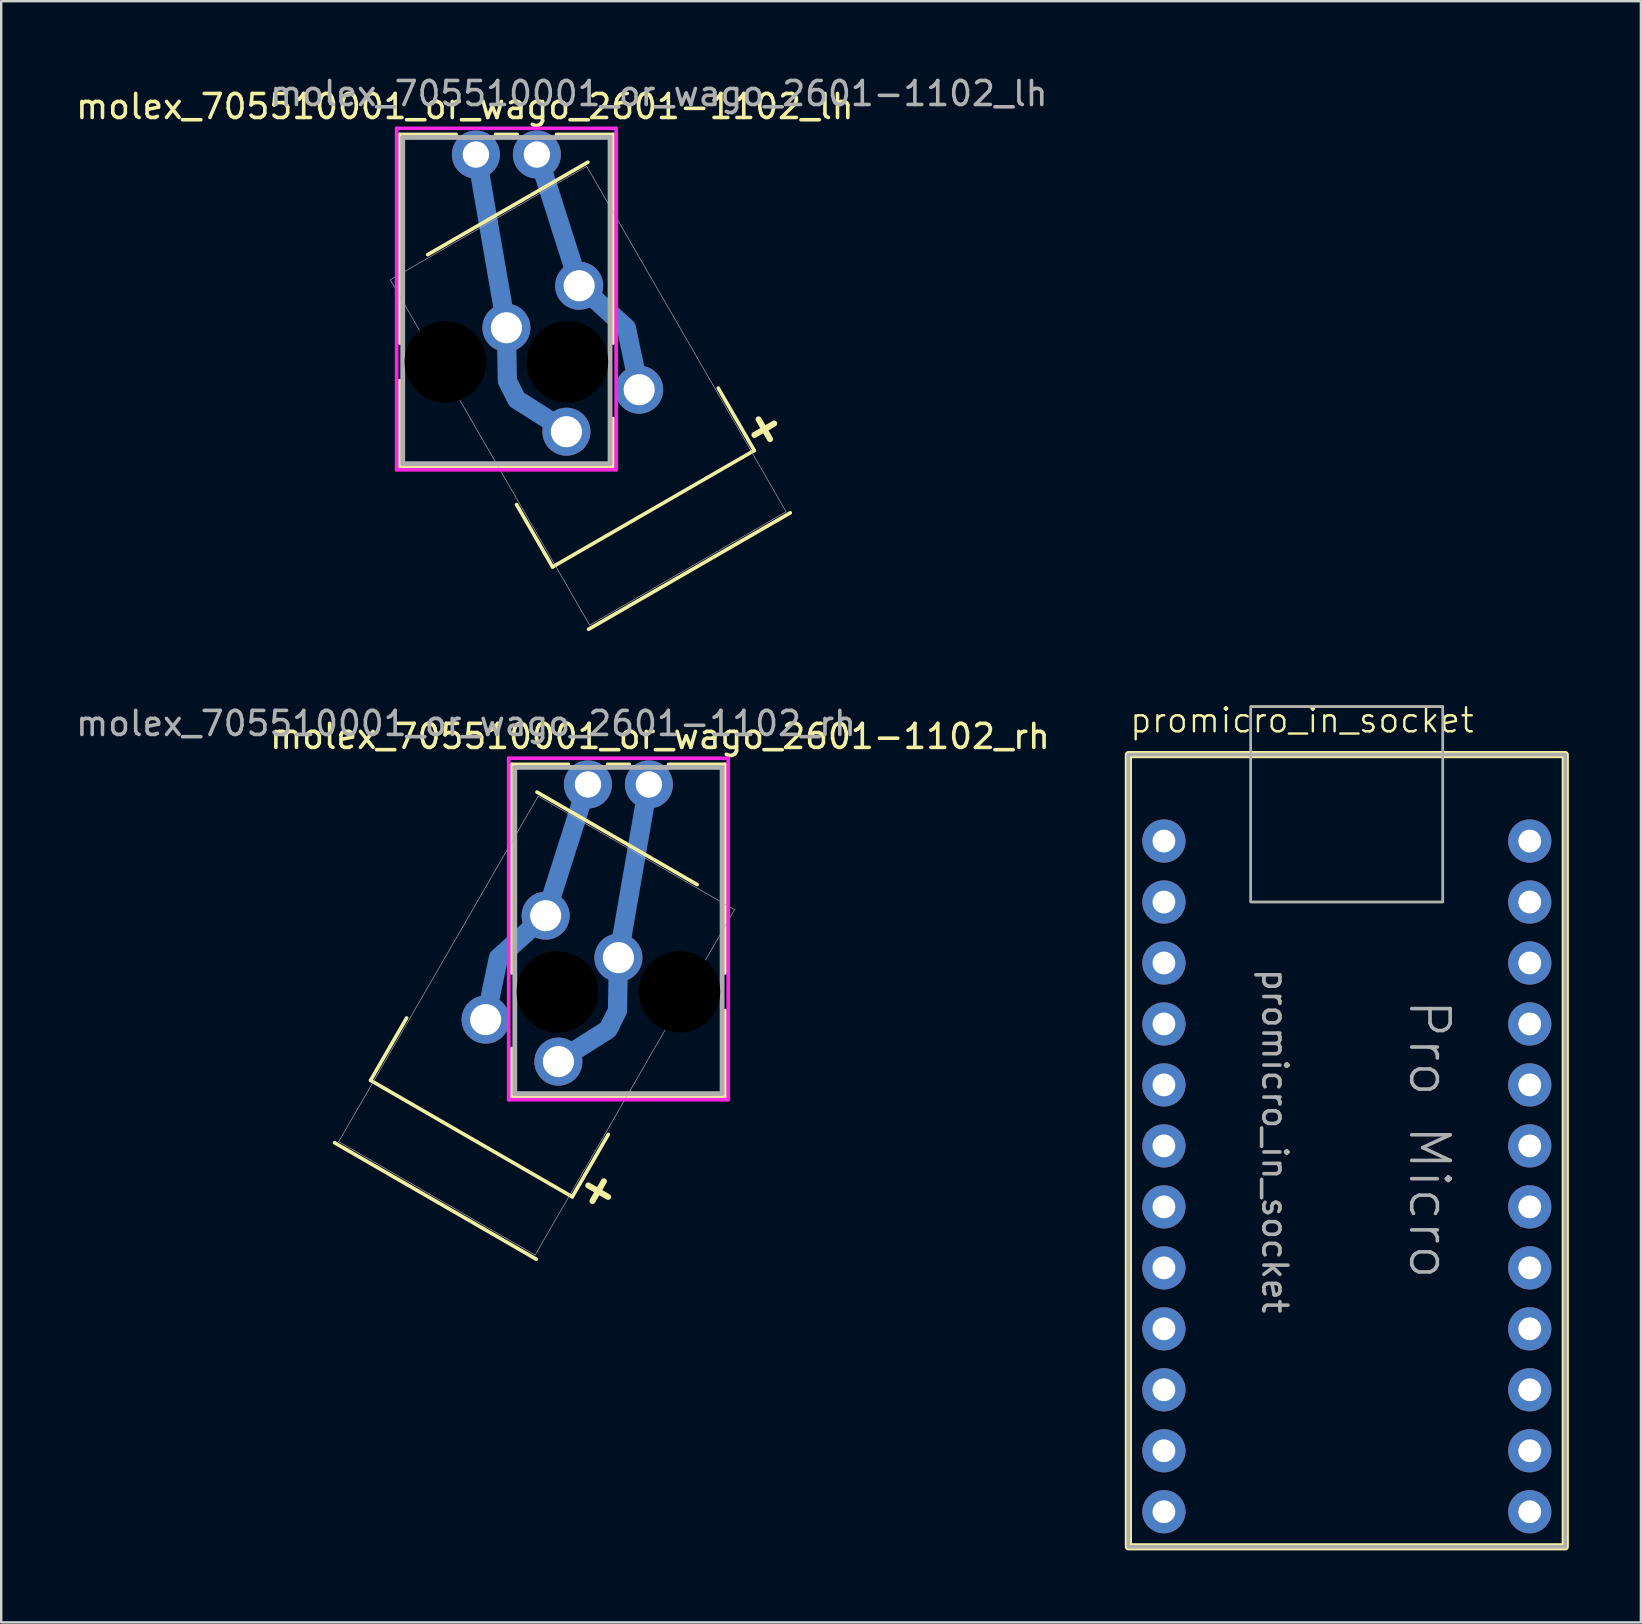
<source format=kicad_pcb>
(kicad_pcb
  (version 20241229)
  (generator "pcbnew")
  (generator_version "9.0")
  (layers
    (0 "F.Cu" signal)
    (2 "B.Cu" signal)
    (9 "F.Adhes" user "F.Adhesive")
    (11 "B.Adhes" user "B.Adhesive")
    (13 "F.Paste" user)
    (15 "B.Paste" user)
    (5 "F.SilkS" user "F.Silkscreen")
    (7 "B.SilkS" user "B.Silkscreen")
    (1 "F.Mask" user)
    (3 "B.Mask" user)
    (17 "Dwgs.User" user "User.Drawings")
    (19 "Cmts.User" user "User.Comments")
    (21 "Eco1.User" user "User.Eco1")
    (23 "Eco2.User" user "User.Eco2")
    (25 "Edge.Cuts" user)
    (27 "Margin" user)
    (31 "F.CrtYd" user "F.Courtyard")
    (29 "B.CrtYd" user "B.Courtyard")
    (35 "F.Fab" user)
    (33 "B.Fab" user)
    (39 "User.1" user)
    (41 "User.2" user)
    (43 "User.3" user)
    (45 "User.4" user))
  (footprint "promicro_in_socket"
    (layer "F.Cu")
    (at 53.056 31.986)
    (property "Reference" "promicro_in_socket" (at -9.1 -4.445 0) (unlocked yes) (layer "F.SilkS") (effects (font (size 1 1) (thickness 0.1)) (justify left bottom)))
    (attr through_hole)
    (fp_rect (start -9.1 -3.6) (end 9.1 29.4) (stroke (width 0.3) (type default)) (fill no) (layer "F.SilkS"))
    (fp_rect (start -4 -5.6) (end 4 2.54) (stroke (width 0.1) (type default)) (fill no) (layer "F.SilkS"))
    (fp_rect (start -9.1 -3.6) (end 9.1 29.4) (stroke (width 0.15) (type default)) (fill no) (layer "F.Fab"))
    (fp_rect (start -4 -5.6) (end 4 2.54) (stroke (width 0.1) (type default)) (fill no) (layer "F.Fab"))
    (fp_text user "${REFERENCE}" (at -3 12.5 270) (unlocked yes) (layer "F.Fab") (effects (font (size 1 1) (thickness 0.15))))
    (fp_text user "Pro Micro" (at 2.5 6.5 270) (unlocked yes) (layer "F.Fab") (effects (font (size 1.6 1.6) (thickness 0.15)) (justify left bottom)))
    (pad "1" thru_hole circle (at -7.62 0) (size 1.8 1.8) (drill 0.95) (layers "*.Cu" "*.Mask"))
    (pad "2" thru_hole circle (at -7.62 2.54) (size 1.8 1.8) (drill 0.95) (layers "*.Cu" "*.Mask"))
    (pad "3" thru_hole circle (at -7.62 5.08) (size 1.8 1.8) (drill 0.95) (layers "*.Cu" "*.Mask"))
    (pad "4" thru_hole circle (at -7.62 7.62) (size 1.8 1.8) (drill 0.95) (layers "*.Cu" "*.Mask"))
    (pad "5" thru_hole circle (at -7.62 10.16) (size 1.8 1.8) (drill 0.95) (layers "*.Cu" "*.Mask"))
    (pad "6" thru_hole circle (at -7.62 12.7) (size 1.8 1.8) (drill 0.95) (layers "*.Cu" "*.Mask"))
    (pad "7" thru_hole circle (at -7.62 15.24) (size 1.8 1.8) (drill 0.95) (layers "*.Cu" "*.Mask"))
    (pad "8" thru_hole circle (at -7.62 17.78) (size 1.8 1.8) (drill 0.95) (layers "*.Cu" "*.Mask"))
    (pad "9" thru_hole circle (at -7.62 20.32) (size 1.8 1.8) (drill 0.95) (layers "*.Cu" "*.Mask"))
    (pad "10" thru_hole circle (at -7.62 22.86) (size 1.8 1.8) (drill 0.95) (layers "*.Cu" "*.Mask"))
    (pad "11" thru_hole circle (at -7.62 25.4) (size 1.8 1.8) (drill 0.95) (layers "*.Cu" "*.Mask"))
    (pad "12" thru_hole circle (at -7.62 27.94) (size 1.8 1.8) (drill 0.95) (layers "*.Cu" "*.Mask"))
    (pad "13" thru_hole circle (at 7.62 27.94) (size 1.8 1.8) (drill 0.95) (layers "*.Cu" "*.Mask"))
    (pad "14" thru_hole circle (at 7.62 25.4) (size 1.8 1.8) (drill 0.95) (layers "*.Cu" "*.Mask"))
    (pad "15" thru_hole circle (at 7.62 22.86) (size 1.8 1.8) (drill 0.95) (layers "*.Cu" "*.Mask"))
    (pad "16" thru_hole circle (at 7.62 20.32) (size 1.8 1.8) (drill 0.95) (layers "*.Cu" "*.Mask"))
    (pad "17" thru_hole circle (at 7.62 17.78) (size 1.8 1.8) (drill 0.95) (layers "*.Cu" "*.Mask"))
    (pad "18" thru_hole circle (at 7.62 15.24) (size 1.8 1.8) (drill 0.95) (layers "*.Cu" "*.Mask"))
    (pad "19" thru_hole circle (at 7.62 12.7) (size 1.8 1.8) (drill 0.95) (layers "*.Cu" "*.Mask"))
    (pad "20" thru_hole circle (at 7.62 10.16) (size 1.8 1.8) (drill 0.95) (layers "*.Cu" "*.Mask"))
    (pad "21" thru_hole circle (at 7.62 7.62) (size 1.8 1.8) (drill 0.95) (layers "*.Cu" "*.Mask"))
    (pad "22" thru_hole circle (at 7.62 5.08) (size 1.8 1.8) (drill 0.95) (layers "*.Cu" "*.Mask"))
    (pad "23" thru_hole circle (at 7.62 2.54) (size 1.8 1.8) (drill 0.95) (layers "*.Cu" "*.Mask"))
    (pad "24" thru_hole circle (at 7.62 0) (size 1.8 1.8) (drill 0.95) (layers "*.Cu" "*.Mask")))
  (footprint "molex_705510001_or_wago_2601-1102_lh"
    (layer "F.Cu")
    (at 18.045 3.388)
    (property "Reference" "molex_705510001_or_wago_2601-1102_lh" (at -1.73 -2 0) (unlocked yes) (layer "F.SilkS") (effects (font (size 1 1) (thickness 0.15))))
    (attr through_hole)
    (fp_line (start -4.445 -0.838) (end -4.445 7.852) (stroke (width 0.152) (type solid)) (layer "F.SilkS"))
    (fp_line (start -4.445 9.42) (end -4.445 13.005) (stroke (width 0.152) (type solid)) (layer "F.SilkS"))
    (fp_line (start -4.445 13.005) (end 4.445 13.005) (stroke (width 0.152) (type solid)) (layer "F.SilkS"))
    (fp_line (start -2.088 -0.838) (end -4.445 -0.838) (stroke (width 0.152) (type solid)) (layer "F.SilkS"))
    (fp_line (start 0.423 14.58) (end 1.923 17.178) (stroke (width 0.152) (type solid)) (layer "F.SilkS"))
    (fp_line (start 0.452 -0.838) (end -0.452 -0.838) (stroke (width 0.152) (type solid)) (layer "F.SilkS"))
    (fp_line (start 1.923 17.178) (end 10.326 12.327) (stroke (width 0.152) (type default)) (layer "F.SilkS"))
    (fp_line (start 3.393 0.319) (end -3.278 4.17) (stroke (width 0.152) (type solid)) (layer "F.SilkS"))
    (fp_line (start 3.423 19.776) (end 11.826 14.925) (stroke (width 0.152) (type solid)) (layer "F.SilkS"))
    (fp_line (start 4.445 -0.838) (end 2.088 -0.838) (stroke (width 0.152) (type solid)) (layer "F.SilkS"))
    (fp_line (start 4.445 7.852) (end 4.445 -0.838) (stroke (width 0.152) (type solid)) (layer "F.SilkS"))
    (fp_line (start 4.445 13.005) (end 4.445 11) (stroke (width 0.152) (type solid)) (layer "F.SilkS"))
    (fp_line (start 8.826 9.729) (end 10.326 12.327) (stroke (width 0.152) (type solid)) (layer "F.SilkS"))
    (fp_line (start -4.572 -1.092) (end -4.572 13.132) (stroke (width 0.152) (type solid)) (layer "F.CrtYd"))
    (fp_line (start -4.572 13.132) (end 4.572 13.132) (stroke (width 0.152) (type solid)) (layer "F.CrtYd"))
    (fp_line (start 4.572 -1.092) (end -4.572 -1.092) (stroke (width 0.152) (type solid)) (layer "F.CrtYd"))
    (fp_line (start 4.572 13.132) (end 4.572 -1.092) (stroke (width 0.152) (type solid)) (layer "F.CrtYd"))
    (fp_line (start -4.836 5.217) (end 3.47 19.603) (stroke (width 0.025) (type solid)) (layer "F.Fab"))
    (fp_line (start -4.318 -0.711) (end -4.318 12.878) (stroke (width 0.2) (type solid)) (layer "F.Fab"))
    (fp_line (start -4.318 12.878) (end 4.318 12.878) (stroke (width 0.2) (type solid)) (layer "F.Fab"))
    (fp_line (start 3.347 0.492) (end -4.836 5.217) (stroke (width 0.025) (type solid)) (layer "F.Fab"))
    (fp_line (start 3.47 19.603) (end 11.653 14.878) (stroke (width 0.025) (type solid)) (layer "F.Fab"))
    (fp_line (start 4.318 -0.711) (end -4.318 -0.711) (stroke (width 0.2) (type solid)) (layer "F.Fab"))
    (fp_line (start 4.318 12.878) (end 4.318 -0.711) (stroke (width 0.2) (type solid)) (layer "F.Fab"))
    (fp_line (start 11.653 14.878) (end 3.347 0.492) (stroke (width 0.025) (type solid)) (layer "F.Fab"))
    (fp_text user "+" (at 10.7 11.366 30) (unlocked yes) (layer "F.SilkS") (effects (font (size 1.25 1.25) (thickness 0.25))))
    (fp_text user "${REFERENCE}" (at 6.35 -2.54 0) (unlocked yes) (layer "F.Fab") (effects (font (size 1 1) (thickness 0.15))))
    (pad "" np_thru_hole circle (at -2.54 8.636) (size 3.4 3.4) (drill 3.4) (layers))
    (pad "" np_thru_hole circle (at 2.54 8.636) (size 3.4 3.4) (drill 3.4) (layers))
    (pad "1" thru_hole circle (at 1.27 0) (size 2 2) (drill 1.1) (layers "*.Cu" "*.Mask"))
    (pad "1" smd custom (at 2.42 3.435) (size 0.5 0.5) (layers "B.Cu") (options (anchor circle)) (primitives (gr_line (start -1.13 -3.47) (end 0.611 2) (width 0.8)) (gr_line (start 0.611 2) (end 2.58 3.79) (width 0.8)) (gr_line (start 2.58 3.79) (end 3.111 6.33) (width 0.8))))
    (pad "1" thru_hole circle (at 3.032 5.466 30) (size 2 2) (drill 1.295) (layers "*.Cu" "*.Mask"))
    (pad "1" thru_hole circle (at 5.532 9.796 30) (size 2 2) (drill 1.295) (layers "*.Cu" "*.Mask"))
    (pad "2" thru_hole circle (at -1.27 0) (size 2 2) (drill 1.1) (layers "*.Cu" "*.Mask"))
    (pad "2" smd custom (at -0.79 1.875) (size 0.5 0.5) (layers "B.Cu") (options (anchor circle)) (primitives (gr_line (start -0.46 -1.91) (end 0.79 5.31) (width 0.8)) (gr_line (start 0.79 5.31) (end 0.83 7.55) (width 0.8)) (gr_line (start 0.83 7.55) (end 1.22 8.33) (width 0.8)) (gr_line (start 1.22 8.33) (end 3.29 9.64) (width 0.8))))
    (pad "2" thru_hole circle (at 0.001 7.216 30) (size 2 2) (drill 1.295) (layers "*.Cu" "*.Mask"))
    (pad "2" thru_hole circle (at 2.501 11.546 30) (size 2 2) (drill 1.295) (layers "*.Cu" "*.Mask")))
  (footprint "molex_705510001_or_wago_2601-1102_rh"
    (layer "F.Cu")
    (at 22.713 29.629)
    (property "Reference" "molex_705510001_or_wago_2601-1102_rh" (at 1.73 -2 0) (unlocked yes) (layer "F.SilkS") (effects (font (size 1 1) (thickness 0.15))))
    (attr through_hole)
    (fp_line (start -10.326 12.327) (end -1.923 17.178) (stroke (width 0.152) (type default)) (layer "F.SilkS"))
    (fp_line (start -8.826 9.729) (end -10.326 12.327) (stroke (width 0.152) (type solid)) (layer "F.SilkS"))
    (fp_line (start -4.445 -0.838) (end -2.088 -0.838) (stroke (width 0.152) (type solid)) (layer "F.SilkS"))
    (fp_line (start -4.445 7.852) (end -4.445 -0.838) (stroke (width 0.152) (type solid)) (layer "F.SilkS"))
    (fp_line (start -4.445 13.005) (end -4.445 11) (stroke (width 0.152) (type solid)) (layer "F.SilkS"))
    (fp_line (start -3.423 19.776) (end -11.826 14.925) (stroke (width 0.152) (type solid)) (layer "F.SilkS"))
    (fp_line (start -3.393 0.319) (end 3.278 4.17) (stroke (width 0.152) (type solid)) (layer "F.SilkS"))
    (fp_line (start -0.452 -0.838) (end 0.452 -0.838) (stroke (width 0.152) (type solid)) (layer "F.SilkS"))
    (fp_line (start -0.423 14.58) (end -1.923 17.178) (stroke (width 0.152) (type solid)) (layer "F.SilkS"))
    (fp_line (start 2.088 -0.838) (end 4.445 -0.838) (stroke (width 0.152) (type solid)) (layer "F.SilkS"))
    (fp_line (start 4.445 -0.838) (end 4.445 7.852) (stroke (width 0.152) (type solid)) (layer "F.SilkS"))
    (fp_line (start 4.445 9.42) (end 4.445 13.005) (stroke (width 0.152) (type solid)) (layer "F.SilkS"))
    (fp_line (start 4.445 13.005) (end -4.445 13.005) (stroke (width 0.152) (type solid)) (layer "F.SilkS"))
    (fp_line (start -4.572 -1.092) (end 4.572 -1.092) (stroke (width 0.152) (type solid)) (layer "F.CrtYd"))
    (fp_line (start -4.572 13.132) (end -4.572 -1.092) (stroke (width 0.152) (type solid)) (layer "F.CrtYd"))
    (fp_line (start 4.572 -1.092) (end 4.572 13.132) (stroke (width 0.152) (type solid)) (layer "F.CrtYd"))
    (fp_line (start 4.572 13.132) (end -4.572 13.132) (stroke (width 0.152) (type solid)) (layer "F.CrtYd"))
    (fp_line (start -11.653 14.878) (end -3.347 0.492) (stroke (width 0.025) (type solid)) (layer "F.Fab"))
    (fp_line (start -4.318 -0.711) (end 4.318 -0.711) (stroke (width 0.2) (type solid)) (layer "F.Fab"))
    (fp_line (start -4.318 12.878) (end -4.318 -0.711) (stroke (width 0.2) (type solid)) (layer "F.Fab"))
    (fp_line (start -3.47 19.603) (end -11.653 14.878) (stroke (width 0.025) (type solid)) (layer "F.Fab"))
    (fp_line (start -3.347 0.492) (end 4.836 5.217) (stroke (width 0.025) (type solid)) (layer "F.Fab"))
    (fp_line (start 4.318 -0.711) (end 4.318 12.878) (stroke (width 0.2) (type solid)) (layer "F.Fab"))
    (fp_line (start 4.318 12.878) (end -4.318 12.878) (stroke (width 0.2) (type solid)) (layer "F.Fab"))
    (fp_line (start 4.836 5.217) (end -3.47 19.603) (stroke (width 0.025) (type solid)) (layer "F.Fab"))
    (fp_text user "+" (at -0.8 16.866 330) (unlocked yes) (layer "F.SilkS") (effects (font (size 1.25 1.25) (thickness 0.25))))
    (fp_text user "${REFERENCE}" (at -6.35 -2.54 0) (unlocked yes) (layer "F.Fab") (effects (font (size 1 1) (thickness 0.15))))
    (pad "" np_thru_hole circle (at -2.54 8.636) (size 3.4 3.4) (drill 3.4) (layers))
    (pad "" np_thru_hole circle (at 2.54 8.636) (size 3.4 3.4) (drill 3.4) (layers))
    (pad "1" thru_hole circle (at -2.501 11.546 330) (size 2 2) (drill 1.295) (layers "*.Cu" "*.Mask"))
    (pad "1" thru_hole circle (at -0.001 7.216 330) (size 2 2) (drill 1.295) (layers "*.Cu" "*.Mask"))
    (pad "1" smd custom (at 0.79 1.875) (size 0.5 0.5) (layers "B.Cu") (options (anchor circle)) (primitives (gr_line (start -0.79 5.31) (end 0.46 -1.91) (width 0.8)) (gr_line (start -0.83 7.55) (end -0.79 5.31) (width 0.8)) (gr_line (start -1.22 8.33) (end -0.83 7.55) (width 0.8)) (gr_line (start -3.29 9.64) (end -1.22 8.33) (width 0.8))))
    (pad "1" thru_hole circle (at 1.27 0) (size 2 2) (drill 1.1) (layers "*.Cu" "*.Mask"))
    (pad "2" thru_hole circle (at -5.532 9.796 330) (size 2 2) (drill 1.295) (layers "*.Cu" "*.Mask"))
    (pad "2" thru_hole circle (at -3.032 5.466 330) (size 2 2) (drill 1.295) (layers "*.Cu" "*.Mask"))
    (pad "2" smd custom (at -2.42 3.435) (size 0.5 0.5) (layers "B.Cu") (options (anchor circle)) (primitives (gr_line (start -0.611 2) (end 1.13 -3.47) (width 0.8)) (gr_line (start -2.58 3.79) (end -0.611 2) (width 0.8)) (gr_line (start -3.111 6.33) (end -2.58 3.79) (width 0.8))))
    (pad "2" thru_hole circle (at -1.27 0) (size 2 2) (drill 1.1) (layers "*.Cu" "*.Mask")))
  (gr_rect
    (start -3 -3)
    (end 65.306 64.536)
    (stroke (width 0.1) (type default))
    (fill no)
    (layer "Edge.Cuts")))
</source>
